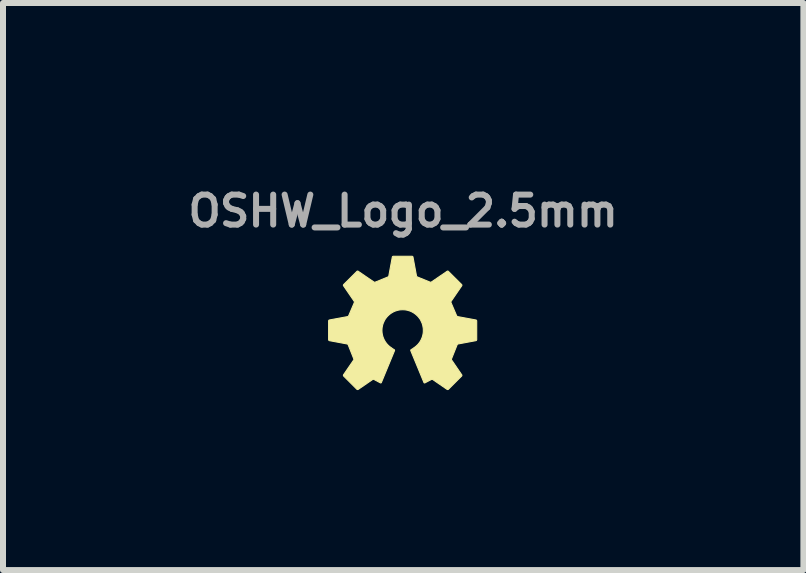
<source format=kicad_pcb>
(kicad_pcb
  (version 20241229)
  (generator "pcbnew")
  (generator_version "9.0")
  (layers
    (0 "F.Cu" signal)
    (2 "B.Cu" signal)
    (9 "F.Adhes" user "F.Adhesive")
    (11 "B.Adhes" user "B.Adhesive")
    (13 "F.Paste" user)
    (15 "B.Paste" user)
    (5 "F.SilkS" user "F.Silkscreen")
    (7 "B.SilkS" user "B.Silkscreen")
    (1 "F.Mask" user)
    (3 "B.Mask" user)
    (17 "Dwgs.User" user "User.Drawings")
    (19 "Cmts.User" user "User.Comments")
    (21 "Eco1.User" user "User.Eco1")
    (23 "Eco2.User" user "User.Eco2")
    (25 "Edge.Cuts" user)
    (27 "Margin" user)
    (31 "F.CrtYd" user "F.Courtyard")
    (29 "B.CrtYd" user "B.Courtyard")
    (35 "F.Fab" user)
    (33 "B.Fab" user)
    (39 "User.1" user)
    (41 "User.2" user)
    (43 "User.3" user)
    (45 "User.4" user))
  (footprint "OSHW_Logo_2.5mm"
    (layer "F.Cu")
    (at 3.671 2.468)
    (property "Reference" "OSHW_Logo_2.5mm" (at 0 -2 0) (layer "F.Fab") (effects (font (size 0.5 0.5) (thickness 0.1))))
    (fp_poly (pts (xy 0.148 -1.246) (xy 0.149 -1.246) (xy 0.15 -1.246) (xy 0.15 -1.245) (xy 0.151 -1.245) (xy 0.152 -1.245) (xy 0.152 -1.245) (xy 0.153 -1.245) (xy 0.154 -1.244) (xy 0.154 -1.244) (xy 0.155 -1.244) (xy 0.156 -1.243) (xy 0.156 -1.243) (xy 0.157 -1.243) (xy 0.157 -1.242) (xy 0.158 -1.242) (xy 0.158 -1.241) (xy 0.159 -1.241) (xy 0.159 -1.24) (xy 0.16 -1.24) (xy 0.16 -1.239) (xy 0.161 -1.239) (xy 0.161 -1.238) (xy 0.162 -1.237) (xy 0.162 -1.237) (xy 0.162 -1.236) (xy 0.163 -1.236) (xy 0.163 -1.235) (xy 0.163 -1.234) (xy 0.163 -1.234) (xy 0.164 -1.233) (xy 0.164 -1.232) (xy 0.222 -0.919) (xy 0.222 -0.918) (xy 0.222 -0.917) (xy 0.223 -0.916) (xy 0.223 -0.915) (xy 0.224 -0.913) (xy 0.225 -0.912) (xy 0.226 -0.911) (xy 0.227 -0.909) (xy 0.228 -0.908) (xy 0.229 -0.907) (xy 0.23 -0.906) (xy 0.231 -0.905) (xy 0.232 -0.904) (xy 0.234 -0.903) (xy 0.235 -0.902) (xy 0.235 -0.902) (xy 0.236 -0.902) (xy 0.237 -0.901) (xy 0.237 -0.901) (xy 0.448 -0.815) (xy 0.449 -0.814) (xy 0.45 -0.814) (xy 0.452 -0.814) (xy 0.453 -0.813) (xy 0.455 -0.813) (xy 0.456 -0.813) (xy 0.458 -0.813) (xy 0.46 -0.813) (xy 0.461 -0.813) (xy 0.463 -0.813) (xy 0.464 -0.814) (xy 0.466 -0.814) (xy 0.467 -0.815) (xy 0.469 -0.815) (xy 0.47 -0.816) (xy 0.471 -0.817) (xy 0.733 -0.996) (xy 0.734 -0.997) (xy 0.734 -0.997) (xy 0.735 -0.997) (xy 0.736 -0.998) (xy 0.736 -0.998) (xy 0.737 -0.998) (xy 0.738 -0.998) (xy 0.738 -0.999) (xy 0.739 -0.999) (xy 0.74 -0.999) (xy 0.741 -0.999) (xy 0.742 -0.999) (xy 0.744 -0.999) (xy 0.745 -0.999) (xy 0.747 -0.999) (xy 0.748 -0.998) (xy 0.749 -0.998) (xy 0.749 -0.998) (xy 0.75 -0.997) (xy 0.751 -0.997) (xy 0.751 -0.997) (xy 0.752 -0.996) (xy 0.752 -0.996) (xy 0.753 -0.995) (xy 0.753 -0.995) (xy 0.754 -0.994) (xy 0.975 -0.774) (xy 0.975 -0.773) (xy 0.976 -0.773) (xy 0.976 -0.772) (xy 0.976 -0.772) (xy 0.977 -0.771) (xy 0.977 -0.771) (xy 0.978 -0.769) (xy 0.978 -0.768) (xy 0.979 -0.767) (xy 0.979 -0.765) (xy 0.979 -0.764) (xy 0.979 -0.762) (xy 0.979 -0.761) (xy 0.979 -0.76) (xy 0.979 -0.758) (xy 0.978 -0.757) (xy 0.978 -0.756) (xy 0.978 -0.755) (xy 0.978 -0.755) (xy 0.977 -0.754) (xy 0.977 -0.754) (xy 0.976 -0.753) (xy 0.8 -0.496) (xy 0.799 -0.494) (xy 0.798 -0.493) (xy 0.798 -0.492) (xy 0.797 -0.49) (xy 0.797 -0.489) (xy 0.797 -0.487) (xy 0.796 -0.486) (xy 0.796 -0.484) (xy 0.796 -0.482) (xy 0.796 -0.481) (xy 0.796 -0.479) (xy 0.797 -0.478) (xy 0.797 -0.476) (xy 0.797 -0.475) (xy 0.798 -0.473) (xy 0.798 -0.472) (xy 0.891 -0.255) (xy 0.892 -0.254) (xy 0.893 -0.253) (xy 0.893 -0.251) (xy 0.894 -0.25) (xy 0.895 -0.249) (xy 0.896 -0.248) (xy 0.897 -0.247) (xy 0.898 -0.246) (xy 0.9 -0.245) (xy 0.901 -0.244) (xy 0.902 -0.243) (xy 0.904 -0.242) (xy 0.905 -0.241) (xy 0.906 -0.241) (xy 0.908 -0.24) (xy 0.909 -0.24) (xy 1.212 -0.184) (xy 1.213 -0.183) (xy 1.214 -0.183) (xy 1.214 -0.183) (xy 1.215 -0.183) (xy 1.216 -0.183) (xy 1.216 -0.182) (xy 1.217 -0.182) (xy 1.218 -0.182) (xy 1.219 -0.181) (xy 1.22 -0.18) (xy 1.221 -0.179) (xy 1.222 -0.178) (xy 1.223 -0.177) (xy 1.223 -0.175) (xy 1.224 -0.174) (xy 1.224 -0.174) (xy 1.225 -0.173) (xy 1.225 -0.172) (xy 1.225 -0.172) (xy 1.225 -0.171) (xy 1.225 -0.17) (xy 1.226 -0.17) (xy 1.226 -0.169) (xy 1.226 -0.168) (xy 1.226 -0.167) (xy 1.226 0.145) (xy 1.226 0.145) (xy 1.226 0.146) (xy 1.226 0.147) (xy 1.225 0.147) (xy 1.225 0.148) (xy 1.225 0.149) (xy 1.225 0.149) (xy 1.225 0.15) (xy 1.224 0.151) (xy 1.224 0.151) (xy 1.224 0.152) (xy 1.223 0.153) (xy 1.223 0.153) (xy 1.223 0.154) (xy 1.222 0.154) (xy 1.222 0.155) (xy 1.221 0.155) (xy 1.221 0.156) (xy 1.22 0.157) (xy 1.22 0.157) (xy 1.219 0.157) (xy 1.219 0.158) (xy 1.218 0.158) (xy 1.217 0.159) (xy 1.217 0.159) (xy 1.216 0.159) (xy 1.216 0.16) (xy 1.215 0.16) (xy 1.214 0.16) (xy 1.214 0.16) (xy 1.213 0.161) (xy 1.212 0.161) (xy 0.917 0.216) (xy 0.916 0.216) (xy 0.915 0.216) (xy 0.915 0.216) (xy 0.914 0.217) (xy 0.912 0.217) (xy 0.911 0.218) (xy 0.91 0.219) (xy 0.908 0.219) (xy 0.907 0.22) (xy 0.906 0.221) (xy 0.905 0.222) (xy 0.904 0.224) (xy 0.903 0.225) (xy 0.902 0.226) (xy 0.901 0.227) (xy 0.9 0.229) (xy 0.9 0.23) (xy 0.899 0.231) (xy 0.899 0.231) (xy 0.807 0.462) (xy 0.806 0.463) (xy 0.806 0.465) (xy 0.805 0.466) (xy 0.805 0.468) (xy 0.805 0.469) (xy 0.805 0.471) (xy 0.805 0.472) (xy 0.805 0.474) (xy 0.805 0.475) (xy 0.805 0.477) (xy 0.806 0.479) (xy 0.806 0.48) (xy 0.807 0.482) (xy 0.807 0.483) (xy 0.808 0.484) (xy 0.809 0.485) (xy 0.976 0.73) (xy 0.977 0.731) (xy 0.977 0.731) (xy 0.978 0.732) (xy 0.978 0.733) (xy 0.978 0.733) (xy 0.978 0.734) (xy 0.979 0.735) (xy 0.979 0.735) (xy 0.979 0.736) (xy 0.979 0.737) (xy 0.979 0.738) (xy 0.979 0.74) (xy 0.979 0.741) (xy 0.979 0.742) (xy 0.979 0.744) (xy 0.978 0.745) (xy 0.978 0.746) (xy 0.978 0.746) (xy 0.977 0.747) (xy 0.977 0.748) (xy 0.977 0.748) (xy 0.976 0.749) (xy 0.976 0.749) (xy 0.976 0.75) (xy 0.975 0.751) (xy 0.975 0.751) (xy 0.754 0.972) (xy 0.753 0.972) (xy 0.753 0.973) (xy 0.752 0.973) (xy 0.752 0.973) (xy 0.751 0.974) (xy 0.751 0.974) (xy 0.749 0.975) (xy 0.748 0.975) (xy 0.747 0.976) (xy 0.745 0.976) (xy 0.744 0.976) (xy 0.742 0.976) (xy 0.741 0.976) (xy 0.74 0.976) (xy 0.738 0.976) (xy 0.737 0.975) (xy 0.736 0.975) (xy 0.735 0.975) (xy 0.735 0.975) (xy 0.734 0.974) (xy 0.734 0.974) (xy 0.733 0.974) (xy 0.493 0.809) (xy 0.491 0.808) (xy 0.49 0.807) (xy 0.489 0.807) (xy 0.487 0.806) (xy 0.486 0.806) (xy 0.484 0.805) (xy 0.483 0.805) (xy 0.481 0.805) (xy 0.48 0.805) (xy 0.478 0.805) (xy 0.477 0.805) (xy 0.475 0.806) (xy 0.474 0.806) (xy 0.472 0.807) (xy 0.471 0.807) (xy 0.47 0.808) (xy 0.364 0.864) (xy 0.363 0.865) (xy 0.362 0.865) (xy 0.362 0.865) (xy 0.361 0.865) (xy 0.36 0.866) (xy 0.36 0.866) (xy 0.359 0.866) (xy 0.358 0.866) (xy 0.358 0.866) (xy 0.357 0.866) (xy 0.356 0.866) (xy 0.356 0.866) (xy 0.355 0.866) (xy 0.355 0.865) (xy 0.354 0.865) (xy 0.353 0.865) (xy 0.353 0.865) (xy 0.352 0.865) (xy 0.352 0.864) (xy 0.351 0.864) (xy 0.351 0.864) (xy 0.35 0.863) (xy 0.35 0.863) (xy 0.349 0.862) (xy 0.349 0.862) (xy 0.348 0.861) (xy 0.348 0.861) (xy 0.347 0.86) (xy 0.347 0.86) (xy 0.347 0.859) (xy 0.346 0.859) (xy 0.346 0.858) (xy 0.128 0.33) (xy 0.127 0.329) (xy 0.127 0.328) (xy 0.127 0.328) (xy 0.127 0.327) (xy 0.127 0.326) (xy 0.127 0.326) (xy 0.126 0.325) (xy 0.126 0.324) (xy 0.126 0.324) (xy 0.126 0.323) (xy 0.127 0.322) (xy 0.127 0.322) (xy 0.127 0.321) (xy 0.127 0.32) (xy 0.127 0.319) (xy 0.127 0.319) (xy 0.128 0.318) (xy 0.128 0.317) (xy 0.128 0.317) (xy 0.128 0.316) (xy 0.129 0.316) (xy 0.129 0.315) (xy 0.129 0.314) (xy 0.13 0.314) (xy 0.13 0.313) (xy 0.131 0.313) (xy 0.131 0.312) (xy 0.132 0.312) (xy 0.132 0.311) (xy 0.133 0.311) (xy 0.133 0.31) (xy 0.134 0.31) (xy 0.161 0.294) (xy 0.162 0.293) (xy 0.164 0.291) (xy 0.167 0.29) (xy 0.169 0.288) (xy 0.171 0.286) (xy 0.173 0.285) (xy 0.175 0.283) (xy 0.177 0.281) (xy 0.195 0.269) (xy 0.212 0.256) (xy 0.227 0.242) (xy 0.243 0.227) (xy 0.257 0.211) (xy 0.27 0.194) (xy 0.282 0.177) (xy 0.293 0.158) (xy 0.303 0.139) (xy 0.311 0.12) (xy 0.319 0.1) (xy 0.325 0.079) (xy 0.33 0.057) (xy 0.334 0.035) (xy 0.336 0.013) (xy 0.336 -0.01) (xy 0.336 -0.027) (xy 0.335 -0.045) (xy 0.332 -0.062) (xy 0.329 -0.079) (xy 0.326 -0.096) (xy 0.321 -0.112) (xy 0.316 -0.128) (xy 0.309 -0.144) (xy 0.302 -0.159) (xy 0.295 -0.174) (xy 0.287 -0.189) (xy 0.278 -0.203) (xy 0.268 -0.216) (xy 0.258 -0.229) (xy 0.247 -0.242) (xy 0.235 -0.254) (xy 0.223 -0.265) (xy 0.211 -0.276) (xy 0.198 -0.286) (xy 0.184 -0.296) (xy 0.17 -0.305) (xy 0.156 -0.313) (xy 0.141 -0.321) (xy 0.126 -0.328) (xy 0.11 -0.334) (xy 0.094 -0.339) (xy 0.078 -0.344) (xy 0.061 -0.348) (xy 0.044 -0.351) (xy 0.027 -0.353) (xy 0.009 -0.354) (xy -0.009 -0.355) (xy -0.026 -0.354) (xy -0.044 -0.353) (xy -0.061 -0.351) (xy -0.078 -0.348) (xy -0.095 -0.344) (xy -0.111 -0.339) (xy -0.127 -0.334) (xy -0.143 -0.328) (xy -0.158 -0.321) (xy -0.173 -0.313) (xy -0.187 -0.305) (xy -0.201 -0.296) (xy -0.215 -0.286) (xy -0.228 -0.276) (xy -0.24 -0.265) (xy -0.252 -0.254) (xy -0.264 -0.242) (xy -0.275 -0.229) (xy -0.285 -0.216) (xy -0.295 -0.203) (xy -0.304 -0.189) (xy -0.312 -0.174) (xy -0.319 -0.159) (xy -0.326 -0.144) (xy -0.333 -0.128) (xy -0.338 -0.112) (xy -0.343 -0.096) (xy -0.346 -0.079) (xy -0.35 -0.062) (xy -0.352 -0.045) (xy -0.353 -0.027) (xy -0.354 -0.01) (xy -0.353 0.002) (xy -0.353 0.013) (xy -0.352 0.024) (xy -0.351 0.035) (xy -0.349 0.046) (xy -0.347 0.057) (xy -0.345 0.068) (xy -0.342 0.079) (xy -0.339 0.089) (xy -0.336 0.1) (xy -0.332 0.11) (xy -0.328 0.12) (xy -0.324 0.13) (xy -0.32 0.139) (xy -0.31 0.158) (xy -0.299 0.177) (xy -0.287 0.194) (xy -0.274 0.211) (xy -0.26 0.227) (xy -0.245 0.242) (xy -0.229 0.256) (xy -0.212 0.269) (xy -0.194 0.281) (xy -0.192 0.283) (xy -0.19 0.285) (xy -0.188 0.286) (xy -0.186 0.288) (xy -0.184 0.29) (xy -0.181 0.291) (xy -0.179 0.293) (xy -0.178 0.294) (xy -0.151 0.31) (xy -0.15 0.31) (xy -0.15 0.311) (xy -0.149 0.311) (xy -0.149 0.312) (xy -0.148 0.312) (xy -0.148 0.313) (xy -0.147 0.314) (xy -0.146 0.315) (xy -0.145 0.316) (xy -0.145 0.317) (xy -0.144 0.319) (xy -0.144 0.32) (xy -0.144 0.322) (xy -0.143 0.323) (xy -0.143 0.324) (xy -0.144 0.326) (xy -0.144 0.326) (xy -0.144 0.327) (xy -0.144 0.328) (xy -0.144 0.328) (xy -0.144 0.329) (xy -0.145 0.33) (xy -0.363 0.858) (xy -0.363 0.859) (xy -0.364 0.859) (xy -0.364 0.86) (xy -0.364 0.86) (xy -0.365 0.861) (xy -0.365 0.861) (xy -0.366 0.862) (xy -0.366 0.862) (xy -0.367 0.863) (xy -0.367 0.863) (xy -0.368 0.864) (xy -0.368 0.864) (xy -0.369 0.864) (xy -0.369 0.865) (xy -0.37 0.865) (xy -0.37 0.865) (xy -0.371 0.865) (xy -0.372 0.865) (xy -0.372 0.866) (xy -0.373 0.866) (xy -0.374 0.866) (xy -0.374 0.866) (xy -0.375 0.866) (xy -0.375 0.866) (xy -0.376 0.866) (xy -0.377 0.866) (xy -0.377 0.866) (xy -0.378 0.865) (xy -0.379 0.865) (xy -0.379 0.865) (xy -0.38 0.865) (xy -0.381 0.864) (xy -0.487 0.808) (xy -0.488 0.807) (xy -0.489 0.807) (xy -0.491 0.806) (xy -0.492 0.806) (xy -0.494 0.805) (xy -0.495 0.805) (xy -0.497 0.805) (xy -0.498 0.805) (xy -0.5 0.805) (xy -0.501 0.805) (xy -0.503 0.806) (xy -0.504 0.806) (xy -0.506 0.807) (xy -0.507 0.807) (xy -0.508 0.808) (xy -0.51 0.809) (xy -0.75 0.974) (xy -0.751 0.974) (xy -0.751 0.974) (xy -0.752 0.975) (xy -0.753 0.975) (xy -0.753 0.975) (xy -0.754 0.975) (xy -0.754 0.976) (xy -0.755 0.976) (xy -0.756 0.976) (xy -0.757 0.976) (xy -0.758 0.976) (xy -0.759 0.976) (xy -0.761 0.976) (xy -0.762 0.976) (xy -0.764 0.976) (xy -0.765 0.975) (xy -0.766 0.975) (xy -0.766 0.975) (xy -0.767 0.974) (xy -0.768 0.974) (xy -0.768 0.974) (xy -0.769 0.973) (xy -0.769 0.973) (xy -0.77 0.973) (xy -0.77 0.972) (xy -0.771 0.972) (xy -0.992 0.751) (xy -0.992 0.751) (xy -0.993 0.75) (xy -0.993 0.749) (xy -0.993 0.749) (xy -0.994 0.748) (xy -0.994 0.748) (xy -0.995 0.746) (xy -0.995 0.745) (xy -0.996 0.744) (xy -0.996 0.742) (xy -0.996 0.741) (xy -0.996 0.739) (xy -0.996 0.738) (xy -0.996 0.737) (xy -0.996 0.735) (xy -0.995 0.734) (xy -0.995 0.733) (xy -0.995 0.733) (xy -0.995 0.732) (xy -0.994 0.731) (xy -0.994 0.731) (xy -0.994 0.73) (xy -0.826 0.485) (xy -0.825 0.484) (xy -0.824 0.483) (xy -0.824 0.481) (xy -0.823 0.48) (xy -0.823 0.479) (xy -0.822 0.477) (xy -0.822 0.475) (xy -0.822 0.474) (xy -0.822 0.472) (xy -0.822 0.471) (xy -0.822 0.469) (xy -0.822 0.468) (xy -0.822 0.466) (xy -0.823 0.465) (xy -0.823 0.463) (xy -0.824 0.462) (xy -0.916 0.231) (xy -0.916 0.231) (xy -0.917 0.23) (xy -0.917 0.229) (xy -0.918 0.227) (xy -0.919 0.226) (xy -0.92 0.225) (xy -0.921 0.224) (xy -0.922 0.222) (xy -0.923 0.221) (xy -0.924 0.22) (xy -0.925 0.219) (xy -0.927 0.218) (xy -0.928 0.218) (xy -0.93 0.217) (xy -0.931 0.216) (xy -0.932 0.216) (xy -0.933 0.216) (xy -0.934 0.216) (xy -1.229 0.161) (xy -1.23 0.161) (xy -1.231 0.16) (xy -1.231 0.16) (xy -1.232 0.16) (xy -1.233 0.16) (xy -1.233 0.159) (xy -1.234 0.159) (xy -1.235 0.159) (xy -1.235 0.158) (xy -1.236 0.158) (xy -1.237 0.157) (xy -1.238 0.156) (xy -1.239 0.155) (xy -1.24 0.154) (xy -1.24 0.153) (xy -1.241 0.151) (xy -1.242 0.15) (xy -1.242 0.149) (xy -1.242 0.149) (xy -1.242 0.148) (xy -1.243 0.147) (xy -1.243 0.147) (xy -1.243 0.146) (xy -1.243 0.145) (xy -1.243 0.145) (xy -1.243 -0.167) (xy -1.243 -0.168) (xy -1.243 -0.169) (xy -1.243 -0.17) (xy -1.243 -0.17) (xy -1.242 -0.171) (xy -1.242 -0.172) (xy -1.242 -0.172) (xy -1.242 -0.173) (xy -1.241 -0.174) (xy -1.241 -0.174) (xy -1.241 -0.175) (xy -1.24 -0.175) (xy -1.24 -0.176) (xy -1.24 -0.177) (xy -1.239 -0.177) (xy -1.239 -0.178) (xy -1.238 -0.178) (xy -1.238 -0.179) (xy -1.237 -0.179) (xy -1.237 -0.18) (xy -1.236 -0.18) (xy -1.236 -0.181) (xy -1.235 -0.181) (xy -1.235 -0.182) (xy -1.234 -0.182) (xy -1.233 -0.182) (xy -1.233 -0.183) (xy -1.232 -0.183) (xy -1.231 -0.183) (xy -1.231 -0.183) (xy -1.23 -0.183) (xy -1.229 -0.184) (xy -0.926 -0.24) (xy -0.926 -0.24) (xy -0.925 -0.24) (xy -0.923 -0.241) (xy -0.922 -0.241) (xy -0.921 -0.242) (xy -0.919 -0.243) (xy -0.918 -0.244) (xy -0.917 -0.245) (xy -0.915 -0.246) (xy -0.914 -0.247) (xy -0.913 -0.248) (xy -0.912 -0.249) (xy -0.911 -0.25) (xy -0.91 -0.251) (xy -0.91 -0.253) (xy -0.909 -0.254) (xy -0.909 -0.255) (xy -0.908 -0.255) (xy -0.815 -0.472) (xy -0.815 -0.473) (xy -0.814 -0.475) (xy -0.814 -0.476) (xy -0.814 -0.478) (xy -0.813 -0.479) (xy -0.813 -0.481) (xy -0.813 -0.482) (xy -0.813 -0.484) (xy -0.813 -0.486) (xy -0.814 -0.487) (xy -0.814 -0.489) (xy -0.814 -0.49) (xy -0.815 -0.492) (xy -0.815 -0.493) (xy -0.816 -0.494) (xy -0.817 -0.496) (xy -0.993 -0.753) (xy -0.994 -0.754) (xy -0.994 -0.754) (xy -0.995 -0.755) (xy -0.995 -0.755) (xy -0.995 -0.756) (xy -0.995 -0.757) (xy -0.996 -0.757) (xy -0.996 -0.758) (xy -0.996 -0.759) (xy -0.996 -0.76) (xy -0.996 -0.761) (xy -0.996 -0.762) (xy -0.996 -0.764) (xy -0.996 -0.765) (xy -0.996 -0.767) (xy -0.995 -0.768) (xy -0.995 -0.769) (xy -0.995 -0.769) (xy -0.994 -0.77) (xy -0.994 -0.771) (xy -0.994 -0.771) (xy -0.993 -0.772) (xy -0.993 -0.772) (xy -0.992 -0.773) (xy -0.992 -0.773) (xy -0.992 -0.774) (xy -0.771 -0.994) (xy -0.77 -0.995) (xy -0.77 -0.995) (xy -0.769 -0.996) (xy -0.769 -0.996) (xy -0.768 -0.997) (xy -0.768 -0.997) (xy -0.766 -0.998) (xy -0.765 -0.998) (xy -0.764 -0.999) (xy -0.762 -0.999) (xy -0.761 -0.999) (xy -0.759 -0.999) (xy -0.758 -0.999) (xy -0.757 -0.999) (xy -0.755 -0.999) (xy -0.754 -0.998) (xy -0.753 -0.998) (xy -0.752 -0.998) (xy -0.752 -0.997) (xy -0.751 -0.997) (xy -0.751 -0.997) (xy -0.75 -0.996) (xy -0.488 -0.817) (xy -0.487 -0.816) (xy -0.486 -0.815) (xy -0.484 -0.815) (xy -0.483 -0.814) (xy -0.481 -0.814) (xy -0.48 -0.813) (xy -0.478 -0.813) (xy -0.477 -0.813) (xy -0.475 -0.813) (xy -0.473 -0.813) (xy -0.472 -0.813) (xy -0.47 -0.813) (xy -0.469 -0.814) (xy -0.467 -0.814) (xy -0.466 -0.814) (xy -0.465 -0.815) (xy -0.254 -0.901) (xy -0.253 -0.902) (xy -0.252 -0.902) (xy -0.25 -0.903) (xy -0.249 -0.904) (xy -0.248 -0.905) (xy -0.247 -0.906) (xy -0.246 -0.907) (xy -0.245 -0.908) (xy -0.244 -0.909) (xy -0.243 -0.911) (xy -0.242 -0.912) (xy -0.241 -0.913) (xy -0.24 -0.915) (xy -0.24 -0.916) (xy -0.239 -0.917) (xy -0.239 -0.919) (xy -0.181 -1.232) (xy -0.18 -1.233) (xy -0.18 -1.234) (xy -0.18 -1.234) (xy -0.18 -1.235) (xy -0.18 -1.236) (xy -0.179 -1.236) (xy -0.179 -1.237) (xy -0.179 -1.237) (xy -0.178 -1.238) (xy -0.178 -1.239) (xy -0.177 -1.24) (xy -0.176 -1.241) (xy -0.175 -1.242) (xy -0.174 -1.243) (xy -0.173 -1.243) (xy -0.171 -1.244) (xy -0.171 -1.244) (xy -0.17 -1.245) (xy -0.169 -1.245) (xy -0.169 -1.245) (xy -0.168 -1.245) (xy -0.167 -1.245) (xy -0.167 -1.246) (xy -0.166 -1.246) (xy -0.165 -1.246) (xy -0.164 -1.246) (xy 0.147 -1.246)) (stroke (width 0.018) (type solid)) (fill yes) (layer "F.SilkS")))
  (gr_rect
    (start -3 -3)
    (end 10.343 6.453)
    (stroke (width 0.1) (type default))
    (fill no)
    (layer "Edge.Cuts")))
</source>
